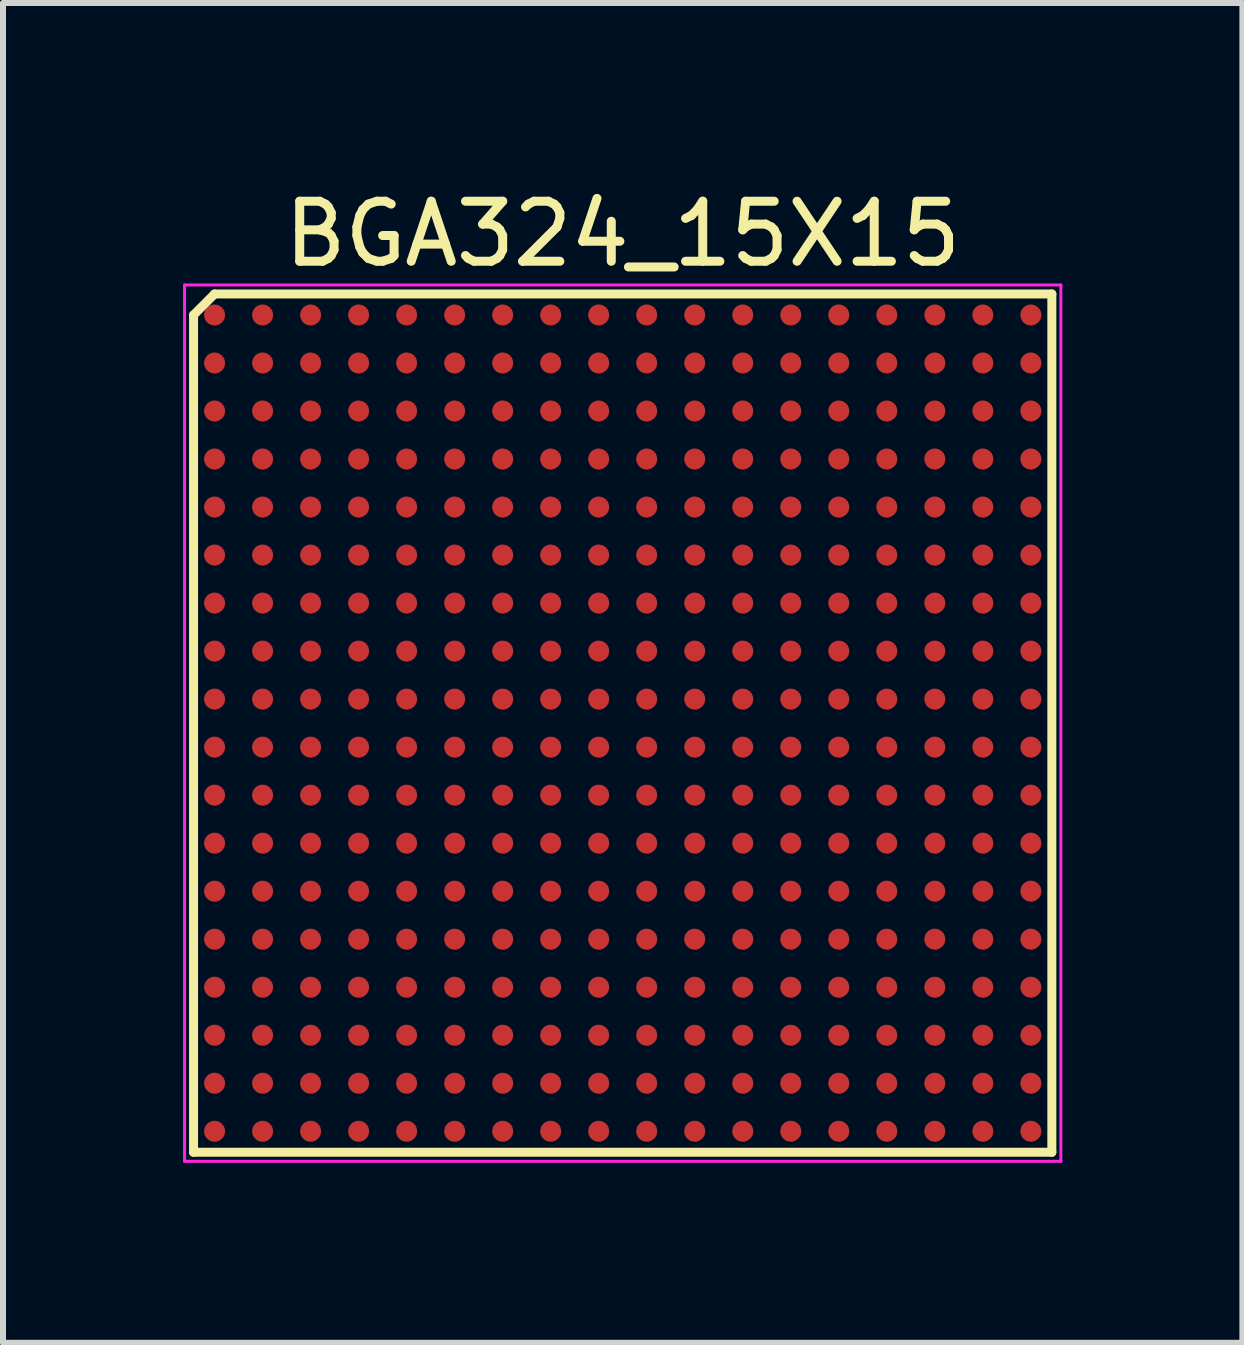
<source format=kicad_pcb>
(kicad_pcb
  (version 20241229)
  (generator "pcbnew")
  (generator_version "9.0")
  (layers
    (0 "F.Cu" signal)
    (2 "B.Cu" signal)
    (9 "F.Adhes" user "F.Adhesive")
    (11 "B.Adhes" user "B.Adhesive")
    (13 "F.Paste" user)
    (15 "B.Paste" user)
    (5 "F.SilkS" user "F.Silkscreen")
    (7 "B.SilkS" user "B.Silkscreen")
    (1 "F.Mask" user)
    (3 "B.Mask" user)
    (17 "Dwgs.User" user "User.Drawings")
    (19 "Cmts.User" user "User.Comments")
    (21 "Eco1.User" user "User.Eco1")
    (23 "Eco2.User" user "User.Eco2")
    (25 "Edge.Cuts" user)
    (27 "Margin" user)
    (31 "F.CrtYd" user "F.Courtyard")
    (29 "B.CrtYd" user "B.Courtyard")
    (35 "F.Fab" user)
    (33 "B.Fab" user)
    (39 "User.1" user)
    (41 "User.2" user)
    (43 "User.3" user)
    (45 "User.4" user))
  (footprint "BGA324_15X15"
    (layer "F.Cu")
    (at 7.325 8.998)
    (property "Reference" "BGA324_15X15" (at 0 -8.15 0) (layer "F.SilkS") (effects (font (size 1 1) (thickness 0.15))))
    (attr smd)
    (fp_line (start -7.15 -6.8) (end -7.15 7.15) (stroke (width 0.15) (type solid)) (layer "F.SilkS"))
    (fp_line (start -7.15 7.15) (end 7.15 7.15) (stroke (width 0.15) (type solid)) (layer "F.SilkS"))
    (fp_line (start -6.8 -7.15) (end -7.15 -6.8) (stroke (width 0.15) (type solid)) (layer "F.SilkS"))
    (fp_line (start 7.15 -7.15) (end -6.8 -7.15) (stroke (width 0.15) (type solid)) (layer "F.SilkS"))
    (fp_line (start 7.15 7.15) (end 7.15 -7.15) (stroke (width 0.15) (type solid)) (layer "F.SilkS"))
    (fp_line (start -7.3 -7.3) (end 7.3 -7.3) (stroke (width 0.05) (type solid)) (layer "F.CrtYd"))
    (fp_line (start -7.3 7.3) (end -7.3 -7.3) (stroke (width 0.05) (type solid)) (layer "F.CrtYd"))
    (fp_line (start 7.3 -7.3) (end 7.3 7.3) (stroke (width 0.05) (type solid)) (layer "F.CrtYd"))
    (fp_line (start 7.3 7.3) (end -7.3 7.3) (stroke (width 0.05) (type solid)) (layer "F.CrtYd"))
    (pad "A1" smd circle (at -6.8 -6.8) (size 0.35 0.35) (layers "F.Cu" "F.Mask" "F.Paste"))
    (pad "A2" smd circle (at -6 -6.8) (size 0.35 0.35) (layers "F.Cu" "F.Mask" "F.Paste"))
    (pad "A3" smd circle (at -5.2 -6.8) (size 0.35 0.35) (layers "F.Cu" "F.Mask" "F.Paste"))
    (pad "A4" smd circle (at -4.4 -6.8) (size 0.35 0.35) (layers "F.Cu" "F.Mask" "F.Paste"))
    (pad "A5" smd circle (at -3.6 -6.8) (size 0.35 0.35) (layers "F.Cu" "F.Mask" "F.Paste"))
    (pad "A6" smd circle (at -2.8 -6.8) (size 0.35 0.35) (layers "F.Cu" "F.Mask" "F.Paste"))
    (pad "A7" smd circle (at -2 -6.8) (size 0.35 0.35) (layers "F.Cu" "F.Mask" "F.Paste"))
    (pad "A8" smd circle (at -1.2 -6.8) (size 0.35 0.35) (layers "F.Cu" "F.Mask" "F.Paste"))
    (pad "A9" smd circle (at -0.4 -6.8) (size 0.35 0.35) (layers "F.Cu" "F.Mask" "F.Paste"))
    (pad "A10" smd circle (at 0.4 -6.8) (size 0.35 0.35) (layers "F.Cu" "F.Mask" "F.Paste"))
    (pad "A11" smd circle (at 1.2 -6.8) (size 0.35 0.35) (layers "F.Cu" "F.Mask" "F.Paste"))
    (pad "A12" smd circle (at 2 -6.8) (size 0.35 0.35) (layers "F.Cu" "F.Mask" "F.Paste"))
    (pad "A13" smd circle (at 2.8 -6.8) (size 0.35 0.35) (layers "F.Cu" "F.Mask" "F.Paste"))
    (pad "A14" smd circle (at 3.6 -6.8) (size 0.35 0.35) (layers "F.Cu" "F.Mask" "F.Paste"))
    (pad "A15" smd circle (at 4.4 -6.8) (size 0.35 0.35) (layers "F.Cu" "F.Mask" "F.Paste"))
    (pad "A16" smd circle (at 5.2 -6.8) (size 0.35 0.35) (layers "F.Cu" "F.Mask" "F.Paste"))
    (pad "A17" smd circle (at 6 -6.8) (size 0.35 0.35) (layers "F.Cu" "F.Mask" "F.Paste"))
    (pad "A18" smd circle (at 6.8 -6.8) (size 0.35 0.35) (layers "F.Cu" "F.Mask" "F.Paste"))
    (pad "B1" smd circle (at -6.8 -6) (size 0.35 0.35) (layers "F.Cu" "F.Mask" "F.Paste"))
    (pad "B2" smd circle (at -6 -6) (size 0.35 0.35) (layers "F.Cu" "F.Mask" "F.Paste"))
    (pad "B3" smd circle (at -5.2 -6) (size 0.35 0.35) (layers "F.Cu" "F.Mask" "F.Paste"))
    (pad "B4" smd circle (at -4.4 -6) (size 0.35 0.35) (layers "F.Cu" "F.Mask" "F.Paste"))
    (pad "B5" smd circle (at -3.6 -6) (size 0.35 0.35) (layers "F.Cu" "F.Mask" "F.Paste"))
    (pad "B6" smd circle (at -2.8 -6) (size 0.35 0.35) (layers "F.Cu" "F.Mask" "F.Paste"))
    (pad "B7" smd circle (at -2 -6) (size 0.35 0.35) (layers "F.Cu" "F.Mask" "F.Paste"))
    (pad "B8" smd circle (at -1.2 -6) (size 0.35 0.35) (layers "F.Cu" "F.Mask" "F.Paste"))
    (pad "B9" smd circle (at -0.4 -6) (size 0.35 0.35) (layers "F.Cu" "F.Mask" "F.Paste"))
    (pad "B10" smd circle (at 0.4 -6) (size 0.35 0.35) (layers "F.Cu" "F.Mask" "F.Paste"))
    (pad "B11" smd circle (at 1.2 -6) (size 0.35 0.35) (layers "F.Cu" "F.Mask" "F.Paste"))
    (pad "B12" smd circle (at 2 -6) (size 0.35 0.35) (layers "F.Cu" "F.Mask" "F.Paste"))
    (pad "B13" smd circle (at 2.8 -6) (size 0.35 0.35) (layers "F.Cu" "F.Mask" "F.Paste"))
    (pad "B14" smd circle (at 3.6 -6) (size 0.35 0.35) (layers "F.Cu" "F.Mask" "F.Paste"))
    (pad "B15" smd circle (at 4.4 -6) (size 0.35 0.35) (layers "F.Cu" "F.Mask" "F.Paste"))
    (pad "B16" smd circle (at 5.2 -6) (size 0.35 0.35) (layers "F.Cu" "F.Mask" "F.Paste"))
    (pad "B17" smd circle (at 6 -6) (size 0.35 0.35) (layers "F.Cu" "F.Mask" "F.Paste"))
    (pad "B18" smd circle (at 6.8 -6) (size 0.35 0.35) (layers "F.Cu" "F.Mask" "F.Paste"))
    (pad "C1" smd circle (at -6.8 -5.2) (size 0.35 0.35) (layers "F.Cu" "F.Mask" "F.Paste"))
    (pad "C2" smd circle (at -6 -5.2) (size 0.35 0.35) (layers "F.Cu" "F.Mask" "F.Paste"))
    (pad "C3" smd circle (at -5.2 -5.2) (size 0.35 0.35) (layers "F.Cu" "F.Mask" "F.Paste"))
    (pad "C4" smd circle (at -4.4 -5.2) (size 0.35 0.35) (layers "F.Cu" "F.Mask" "F.Paste"))
    (pad "C5" smd circle (at -3.6 -5.2) (size 0.35 0.35) (layers "F.Cu" "F.Mask" "F.Paste"))
    (pad "C6" smd circle (at -2.8 -5.2) (size 0.35 0.35) (layers "F.Cu" "F.Mask" "F.Paste"))
    (pad "C7" smd circle (at -2 -5.2) (size 0.35 0.35) (layers "F.Cu" "F.Mask" "F.Paste"))
    (pad "C8" smd circle (at -1.2 -5.2) (size 0.35 0.35) (layers "F.Cu" "F.Mask" "F.Paste"))
    (pad "C9" smd circle (at -0.4 -5.2) (size 0.35 0.35) (layers "F.Cu" "F.Mask" "F.Paste"))
    (pad "C10" smd circle (at 0.4 -5.2) (size 0.35 0.35) (layers "F.Cu" "F.Mask" "F.Paste"))
    (pad "C11" smd circle (at 1.2 -5.2) (size 0.35 0.35) (layers "F.Cu" "F.Mask" "F.Paste"))
    (pad "C12" smd circle (at 2 -5.2) (size 0.35 0.35) (layers "F.Cu" "F.Mask" "F.Paste"))
    (pad "C13" smd circle (at 2.8 -5.2) (size 0.35 0.35) (layers "F.Cu" "F.Mask" "F.Paste"))
    (pad "C14" smd circle (at 3.6 -5.2) (size 0.35 0.35) (layers "F.Cu" "F.Mask" "F.Paste"))
    (pad "C15" smd circle (at 4.4 -5.2) (size 0.35 0.35) (layers "F.Cu" "F.Mask" "F.Paste"))
    (pad "C16" smd circle (at 5.2 -5.2) (size 0.35 0.35) (layers "F.Cu" "F.Mask" "F.Paste"))
    (pad "C17" smd circle (at 6 -5.2) (size 0.35 0.35) (layers "F.Cu" "F.Mask" "F.Paste"))
    (pad "C18" smd circle (at 6.8 -5.2) (size 0.35 0.35) (layers "F.Cu" "F.Mask" "F.Paste"))
    (pad "D1" smd circle (at -6.8 -4.4) (size 0.35 0.35) (layers "F.Cu" "F.Mask" "F.Paste"))
    (pad "D2" smd circle (at -6 -4.4) (size 0.35 0.35) (layers "F.Cu" "F.Mask" "F.Paste"))
    (pad "D3" smd circle (at -5.2 -4.4) (size 0.35 0.35) (layers "F.Cu" "F.Mask" "F.Paste"))
    (pad "D4" smd circle (at -4.4 -4.4) (size 0.35 0.35) (layers "F.Cu" "F.Mask" "F.Paste"))
    (pad "D5" smd circle (at -3.6 -4.4) (size 0.35 0.35) (layers "F.Cu" "F.Mask" "F.Paste"))
    (pad "D6" smd circle (at -2.8 -4.4) (size 0.35 0.35) (layers "F.Cu" "F.Mask" "F.Paste"))
    (pad "D7" smd circle (at -2 -4.4) (size 0.35 0.35) (layers "F.Cu" "F.Mask" "F.Paste"))
    (pad "D8" smd circle (at -1.2 -4.4) (size 0.35 0.35) (layers "F.Cu" "F.Mask" "F.Paste"))
    (pad "D9" smd circle (at -0.4 -4.4) (size 0.35 0.35) (layers "F.Cu" "F.Mask" "F.Paste"))
    (pad "D10" smd circle (at 0.4 -4.4) (size 0.35 0.35) (layers "F.Cu" "F.Mask" "F.Paste"))
    (pad "D11" smd circle (at 1.2 -4.4) (size 0.35 0.35) (layers "F.Cu" "F.Mask" "F.Paste"))
    (pad "D12" smd circle (at 2 -4.4) (size 0.35 0.35) (layers "F.Cu" "F.Mask" "F.Paste"))
    (pad "D13" smd circle (at 2.8 -4.4) (size 0.35 0.35) (layers "F.Cu" "F.Mask" "F.Paste"))
    (pad "D14" smd circle (at 3.6 -4.4) (size 0.35 0.35) (layers "F.Cu" "F.Mask" "F.Paste"))
    (pad "D15" smd circle (at 4.4 -4.4) (size 0.35 0.35) (layers "F.Cu" "F.Mask" "F.Paste"))
    (pad "D16" smd circle (at 5.2 -4.4) (size 0.35 0.35) (layers "F.Cu" "F.Mask" "F.Paste"))
    (pad "D17" smd circle (at 6 -4.4) (size 0.35 0.35) (layers "F.Cu" "F.Mask" "F.Paste"))
    (pad "D18" smd circle (at 6.8 -4.4) (size 0.35 0.35) (layers "F.Cu" "F.Mask" "F.Paste"))
    (pad "E1" smd circle (at -6.8 -3.6) (size 0.35 0.35) (layers "F.Cu" "F.Mask" "F.Paste"))
    (pad "E2" smd circle (at -6 -3.6) (size 0.35 0.35) (layers "F.Cu" "F.Mask" "F.Paste"))
    (pad "E3" smd circle (at -5.2 -3.6) (size 0.35 0.35) (layers "F.Cu" "F.Mask" "F.Paste"))
    (pad "E4" smd circle (at -4.4 -3.6) (size 0.35 0.35) (layers "F.Cu" "F.Mask" "F.Paste"))
    (pad "E5" smd circle (at -3.6 -3.6) (size 0.35 0.35) (layers "F.Cu" "F.Mask" "F.Paste"))
    (pad "E6" smd circle (at -2.8 -3.6) (size 0.35 0.35) (layers "F.Cu" "F.Mask" "F.Paste"))
    (pad "E7" smd circle (at -2 -3.6) (size 0.35 0.35) (layers "F.Cu" "F.Mask" "F.Paste"))
    (pad "E8" smd circle (at -1.2 -3.6) (size 0.35 0.35) (layers "F.Cu" "F.Mask" "F.Paste"))
    (pad "E9" smd circle (at -0.4 -3.6) (size 0.35 0.35) (layers "F.Cu" "F.Mask" "F.Paste"))
    (pad "E10" smd circle (at 0.4 -3.6) (size 0.35 0.35) (layers "F.Cu" "F.Mask" "F.Paste"))
    (pad "E11" smd circle (at 1.2 -3.6) (size 0.35 0.35) (layers "F.Cu" "F.Mask" "F.Paste"))
    (pad "E12" smd circle (at 2 -3.6) (size 0.35 0.35) (layers "F.Cu" "F.Mask" "F.Paste"))
    (pad "E13" smd circle (at 2.8 -3.6) (size 0.35 0.35) (layers "F.Cu" "F.Mask" "F.Paste"))
    (pad "E14" smd circle (at 3.6 -3.6) (size 0.35 0.35) (layers "F.Cu" "F.Mask" "F.Paste"))
    (pad "E15" smd circle (at 4.4 -3.6) (size 0.35 0.35) (layers "F.Cu" "F.Mask" "F.Paste"))
    (pad "E16" smd circle (at 5.2 -3.6) (size 0.35 0.35) (layers "F.Cu" "F.Mask" "F.Paste"))
    (pad "E17" smd circle (at 6 -3.6) (size 0.35 0.35) (layers "F.Cu" "F.Mask" "F.Paste"))
    (pad "E18" smd circle (at 6.8 -3.6) (size 0.35 0.35) (layers "F.Cu" "F.Mask" "F.Paste"))
    (pad "F1" smd circle (at -6.8 -2.8) (size 0.35 0.35) (layers "F.Cu" "F.Mask" "F.Paste"))
    (pad "F2" smd circle (at -6 -2.8) (size 0.35 0.35) (layers "F.Cu" "F.Mask" "F.Paste"))
    (pad "F3" smd circle (at -5.2 -2.8) (size 0.35 0.35) (layers "F.Cu" "F.Mask" "F.Paste"))
    (pad "F4" smd circle (at -4.4 -2.8) (size 0.35 0.35) (layers "F.Cu" "F.Mask" "F.Paste"))
    (pad "F5" smd circle (at -3.6 -2.8) (size 0.35 0.35) (layers "F.Cu" "F.Mask" "F.Paste"))
    (pad "F6" smd circle (at -2.8 -2.8) (size 0.35 0.35) (layers "F.Cu" "F.Mask" "F.Paste"))
    (pad "F7" smd circle (at -2 -2.8) (size 0.35 0.35) (layers "F.Cu" "F.Mask" "F.Paste"))
    (pad "F8" smd circle (at -1.2 -2.8) (size 0.35 0.35) (layers "F.Cu" "F.Mask" "F.Paste"))
    (pad "F9" smd circle (at -0.4 -2.8) (size 0.35 0.35) (layers "F.Cu" "F.Mask" "F.Paste"))
    (pad "F10" smd circle (at 0.4 -2.8) (size 0.35 0.35) (layers "F.Cu" "F.Mask" "F.Paste"))
    (pad "F11" smd circle (at 1.2 -2.8) (size 0.35 0.35) (layers "F.Cu" "F.Mask" "F.Paste"))
    (pad "F12" smd circle (at 2 -2.8) (size 0.35 0.35) (layers "F.Cu" "F.Mask" "F.Paste"))
    (pad "F13" smd circle (at 2.8 -2.8) (size 0.35 0.35) (layers "F.Cu" "F.Mask" "F.Paste"))
    (pad "F14" smd circle (at 3.6 -2.8) (size 0.35 0.35) (layers "F.Cu" "F.Mask" "F.Paste"))
    (pad "F15" smd circle (at 4.4 -2.8) (size 0.35 0.35) (layers "F.Cu" "F.Mask" "F.Paste"))
    (pad "F16" smd circle (at 5.2 -2.8) (size 0.35 0.35) (layers "F.Cu" "F.Mask" "F.Paste"))
    (pad "F17" smd circle (at 6 -2.8) (size 0.35 0.35) (layers "F.Cu" "F.Mask" "F.Paste"))
    (pad "F18" smd circle (at 6.8 -2.8) (size 0.35 0.35) (layers "F.Cu" "F.Mask" "F.Paste"))
    (pad "G1" smd circle (at -6.8 -2) (size 0.35 0.35) (layers "F.Cu" "F.Mask" "F.Paste"))
    (pad "G2" smd circle (at -6 -2) (size 0.35 0.35) (layers "F.Cu" "F.Mask" "F.Paste"))
    (pad "G3" smd circle (at -5.2 -2) (size 0.35 0.35) (layers "F.Cu" "F.Mask" "F.Paste"))
    (pad "G4" smd circle (at -4.4 -2) (size 0.35 0.35) (layers "F.Cu" "F.Mask" "F.Paste"))
    (pad "G5" smd circle (at -3.6 -2) (size 0.35 0.35) (layers "F.Cu" "F.Mask" "F.Paste"))
    (pad "G6" smd circle (at -2.8 -2) (size 0.35 0.35) (layers "F.Cu" "F.Mask" "F.Paste"))
    (pad "G7" smd circle (at -2 -2) (size 0.35 0.35) (layers "F.Cu" "F.Mask" "F.Paste"))
    (pad "G8" smd circle (at -1.2 -2) (size 0.35 0.35) (layers "F.Cu" "F.Mask" "F.Paste"))
    (pad "G9" smd circle (at -0.4 -2) (size 0.35 0.35) (layers "F.Cu" "F.Mask" "F.Paste"))
    (pad "G10" smd circle (at 0.4 -2) (size 0.35 0.35) (layers "F.Cu" "F.Mask" "F.Paste"))
    (pad "G11" smd circle (at 1.2 -2) (size 0.35 0.35) (layers "F.Cu" "F.Mask" "F.Paste"))
    (pad "G12" smd circle (at 2 -2) (size 0.35 0.35) (layers "F.Cu" "F.Mask" "F.Paste"))
    (pad "G13" smd circle (at 2.8 -2) (size 0.35 0.35) (layers "F.Cu" "F.Mask" "F.Paste"))
    (pad "G14" smd circle (at 3.6 -2) (size 0.35 0.35) (layers "F.Cu" "F.Mask" "F.Paste"))
    (pad "G15" smd circle (at 4.4 -2) (size 0.35 0.35) (layers "F.Cu" "F.Mask" "F.Paste"))
    (pad "G16" smd circle (at 5.2 -2) (size 0.35 0.35) (layers "F.Cu" "F.Mask" "F.Paste"))
    (pad "G17" smd circle (at 6 -2) (size 0.35 0.35) (layers "F.Cu" "F.Mask" "F.Paste"))
    (pad "G18" smd circle (at 6.8 -2) (size 0.35 0.35) (layers "F.Cu" "F.Mask" "F.Paste"))
    (pad "H1" smd circle (at -6.8 -1.2) (size 0.35 0.35) (layers "F.Cu" "F.Mask" "F.Paste"))
    (pad "H2" smd circle (at -6 -1.2) (size 0.35 0.35) (layers "F.Cu" "F.Mask" "F.Paste"))
    (pad "H3" smd circle (at -5.2 -1.2) (size 0.35 0.35) (layers "F.Cu" "F.Mask" "F.Paste"))
    (pad "H4" smd circle (at -4.4 -1.2) (size 0.35 0.35) (layers "F.Cu" "F.Mask" "F.Paste"))
    (pad "H5" smd circle (at -3.6 -1.2) (size 0.35 0.35) (layers "F.Cu" "F.Mask" "F.Paste"))
    (pad "H6" smd circle (at -2.8 -1.2) (size 0.35 0.35) (layers "F.Cu" "F.Mask" "F.Paste"))
    (pad "H7" smd circle (at -2 -1.2) (size 0.35 0.35) (layers "F.Cu" "F.Mask" "F.Paste"))
    (pad "H8" smd circle (at -1.2 -1.2) (size 0.35 0.35) (layers "F.Cu" "F.Mask" "F.Paste"))
    (pad "H9" smd circle (at -0.4 -1.2) (size 0.35 0.35) (layers "F.Cu" "F.Mask" "F.Paste"))
    (pad "H10" smd circle (at 0.4 -1.2) (size 0.35 0.35) (layers "F.Cu" "F.Mask" "F.Paste"))
    (pad "H11" smd circle (at 1.2 -1.2) (size 0.35 0.35) (layers "F.Cu" "F.Mask" "F.Paste"))
    (pad "H12" smd circle (at 2 -1.2) (size 0.35 0.35) (layers "F.Cu" "F.Mask" "F.Paste"))
    (pad "H13" smd circle (at 2.8 -1.2) (size 0.35 0.35) (layers "F.Cu" "F.Mask" "F.Paste"))
    (pad "H14" smd circle (at 3.6 -1.2) (size 0.35 0.35) (layers "F.Cu" "F.Mask" "F.Paste"))
    (pad "H15" smd circle (at 4.4 -1.2) (size 0.35 0.35) (layers "F.Cu" "F.Mask" "F.Paste"))
    (pad "H16" smd circle (at 5.2 -1.2) (size 0.35 0.35) (layers "F.Cu" "F.Mask" "F.Paste"))
    (pad "H17" smd circle (at 6 -1.2) (size 0.35 0.35) (layers "F.Cu" "F.Mask" "F.Paste"))
    (pad "H18" smd circle (at 6.8 -1.2) (size 0.35 0.35) (layers "F.Cu" "F.Mask" "F.Paste"))
    (pad "J1" smd circle (at -6.8 -0.4) (size 0.35 0.35) (layers "F.Cu" "F.Mask" "F.Paste"))
    (pad "J2" smd circle (at -6 -0.4) (size 0.35 0.35) (layers "F.Cu" "F.Mask" "F.Paste"))
    (pad "J3" smd circle (at -5.2 -0.4) (size 0.35 0.35) (layers "F.Cu" "F.Mask" "F.Paste"))
    (pad "J4" smd circle (at -4.4 -0.4) (size 0.35 0.35) (layers "F.Cu" "F.Mask" "F.Paste"))
    (pad "J5" smd circle (at -3.6 -0.4) (size 0.35 0.35) (layers "F.Cu" "F.Mask" "F.Paste"))
    (pad "J6" smd circle (at -2.8 -0.4) (size 0.35 0.35) (layers "F.Cu" "F.Mask" "F.Paste"))
    (pad "J7" smd circle (at -2 -0.4) (size 0.35 0.35) (layers "F.Cu" "F.Mask" "F.Paste"))
    (pad "J8" smd circle (at -1.2 -0.4) (size 0.35 0.35) (layers "F.Cu" "F.Mask" "F.Paste"))
    (pad "J9" smd circle (at -0.4 -0.4) (size 0.35 0.35) (layers "F.Cu" "F.Mask" "F.Paste"))
    (pad "J10" smd circle (at 0.4 -0.4) (size 0.35 0.35) (layers "F.Cu" "F.Mask" "F.Paste"))
    (pad "J11" smd circle (at 1.2 -0.4) (size 0.35 0.35) (layers "F.Cu" "F.Mask" "F.Paste"))
    (pad "J12" smd circle (at 2 -0.4) (size 0.35 0.35) (layers "F.Cu" "F.Mask" "F.Paste"))
    (pad "J13" smd circle (at 2.8 -0.4) (size 0.35 0.35) (layers "F.Cu" "F.Mask" "F.Paste"))
    (pad "J14" smd circle (at 3.6 -0.4) (size 0.35 0.35) (layers "F.Cu" "F.Mask" "F.Paste"))
    (pad "J15" smd circle (at 4.4 -0.4) (size 0.35 0.35) (layers "F.Cu" "F.Mask" "F.Paste"))
    (pad "J16" smd circle (at 5.2 -0.4) (size 0.35 0.35) (layers "F.Cu" "F.Mask" "F.Paste"))
    (pad "J17" smd circle (at 6 -0.4) (size 0.35 0.35) (layers "F.Cu" "F.Mask" "F.Paste"))
    (pad "J18" smd circle (at 6.8 -0.4) (size 0.35 0.35) (layers "F.Cu" "F.Mask" "F.Paste"))
    (pad "K1" smd circle (at -6.8 0.4) (size 0.35 0.35) (layers "F.Cu" "F.Mask" "F.Paste"))
    (pad "K2" smd circle (at -6 0.4) (size 0.35 0.35) (layers "F.Cu" "F.Mask" "F.Paste"))
    (pad "K3" smd circle (at -5.2 0.4) (size 0.35 0.35) (layers "F.Cu" "F.Mask" "F.Paste"))
    (pad "K4" smd circle (at -4.4 0.4) (size 0.35 0.35) (layers "F.Cu" "F.Mask" "F.Paste"))
    (pad "K5" smd circle (at -3.6 0.4) (size 0.35 0.35) (layers "F.Cu" "F.Mask" "F.Paste"))
    (pad "K6" smd circle (at -2.8 0.4) (size 0.35 0.35) (layers "F.Cu" "F.Mask" "F.Paste"))
    (pad "K7" smd circle (at -2 0.4) (size 0.35 0.35) (layers "F.Cu" "F.Mask" "F.Paste"))
    (pad "K8" smd circle (at -1.2 0.4) (size 0.35 0.35) (layers "F.Cu" "F.Mask" "F.Paste"))
    (pad "K9" smd circle (at -0.4 0.4) (size 0.35 0.35) (layers "F.Cu" "F.Mask" "F.Paste"))
    (pad "K10" smd circle (at 0.4 0.4) (size 0.35 0.35) (layers "F.Cu" "F.Mask" "F.Paste"))
    (pad "K11" smd circle (at 1.2 0.4) (size 0.35 0.35) (layers "F.Cu" "F.Mask" "F.Paste"))
    (pad "K12" smd circle (at 2 0.4) (size 0.35 0.35) (layers "F.Cu" "F.Mask" "F.Paste"))
    (pad "K13" smd circle (at 2.8 0.4) (size 0.35 0.35) (layers "F.Cu" "F.Mask" "F.Paste"))
    (pad "K14" smd circle (at 3.6 0.4) (size 0.35 0.35) (layers "F.Cu" "F.Mask" "F.Paste"))
    (pad "K15" smd circle (at 4.4 0.4) (size 0.35 0.35) (layers "F.Cu" "F.Mask" "F.Paste"))
    (pad "K16" smd circle (at 5.2 0.4) (size 0.35 0.35) (layers "F.Cu" "F.Mask" "F.Paste"))
    (pad "K17" smd circle (at 6 0.4) (size 0.35 0.35) (layers "F.Cu" "F.Mask" "F.Paste"))
    (pad "K18" smd circle (at 6.8 0.4) (size 0.35 0.35) (layers "F.Cu" "F.Mask" "F.Paste"))
    (pad "L1" smd circle (at -6.8 1.2) (size 0.35 0.35) (layers "F.Cu" "F.Mask" "F.Paste"))
    (pad "L2" smd circle (at -6 1.2) (size 0.35 0.35) (layers "F.Cu" "F.Mask" "F.Paste"))
    (pad "L3" smd circle (at -5.2 1.2) (size 0.35 0.35) (layers "F.Cu" "F.Mask" "F.Paste"))
    (pad "L4" smd circle (at -4.4 1.2) (size 0.35 0.35) (layers "F.Cu" "F.Mask" "F.Paste"))
    (pad "L5" smd circle (at -3.6 1.2) (size 0.35 0.35) (layers "F.Cu" "F.Mask" "F.Paste"))
    (pad "L6" smd circle (at -2.8 1.2) (size 0.35 0.35) (layers "F.Cu" "F.Mask" "F.Paste"))
    (pad "L7" smd circle (at -2 1.2) (size 0.35 0.35) (layers "F.Cu" "F.Mask" "F.Paste"))
    (pad "L8" smd circle (at -1.2 1.2) (size 0.35 0.35) (layers "F.Cu" "F.Mask" "F.Paste"))
    (pad "L9" smd circle (at -0.4 1.2) (size 0.35 0.35) (layers "F.Cu" "F.Mask" "F.Paste"))
    (pad "L10" smd circle (at 0.4 1.2) (size 0.35 0.35) (layers "F.Cu" "F.Mask" "F.Paste"))
    (pad "L11" smd circle (at 1.2 1.2) (size 0.35 0.35) (layers "F.Cu" "F.Mask" "F.Paste"))
    (pad "L12" smd circle (at 2 1.2) (size 0.35 0.35) (layers "F.Cu" "F.Mask" "F.Paste"))
    (pad "L13" smd circle (at 2.8 1.2) (size 0.35 0.35) (layers "F.Cu" "F.Mask" "F.Paste"))
    (pad "L14" smd circle (at 3.6 1.2) (size 0.35 0.35) (layers "F.Cu" "F.Mask" "F.Paste"))
    (pad "L15" smd circle (at 4.4 1.2) (size 0.35 0.35) (layers "F.Cu" "F.Mask" "F.Paste"))
    (pad "L16" smd circle (at 5.2 1.2) (size 0.35 0.35) (layers "F.Cu" "F.Mask" "F.Paste"))
    (pad "L17" smd circle (at 6 1.2) (size 0.35 0.35) (layers "F.Cu" "F.Mask" "F.Paste"))
    (pad "L18" smd circle (at 6.8 1.2) (size 0.35 0.35) (layers "F.Cu" "F.Mask" "F.Paste"))
    (pad "M1" smd circle (at -6.8 2) (size 0.35 0.35) (layers "F.Cu" "F.Mask" "F.Paste"))
    (pad "M2" smd circle (at -6 2) (size 0.35 0.35) (layers "F.Cu" "F.Mask" "F.Paste"))
    (pad "M3" smd circle (at -5.2 2) (size 0.35 0.35) (layers "F.Cu" "F.Mask" "F.Paste"))
    (pad "M4" smd circle (at -4.4 2) (size 0.35 0.35) (layers "F.Cu" "F.Mask" "F.Paste"))
    (pad "M5" smd circle (at -3.6 2) (size 0.35 0.35) (layers "F.Cu" "F.Mask" "F.Paste"))
    (pad "M6" smd circle (at -2.8 2) (size 0.35 0.35) (layers "F.Cu" "F.Mask" "F.Paste"))
    (pad "M7" smd circle (at -2 2) (size 0.35 0.35) (layers "F.Cu" "F.Mask" "F.Paste"))
    (pad "M8" smd circle (at -1.2 2) (size 0.35 0.35) (layers "F.Cu" "F.Mask" "F.Paste"))
    (pad "M9" smd circle (at -0.4 2) (size 0.35 0.35) (layers "F.Cu" "F.Mask" "F.Paste"))
    (pad "M10" smd circle (at 0.4 2) (size 0.35 0.35) (layers "F.Cu" "F.Mask" "F.Paste"))
    (pad "M11" smd circle (at 1.2 2) (size 0.35 0.35) (layers "F.Cu" "F.Mask" "F.Paste"))
    (pad "M12" smd circle (at 2 2) (size 0.35 0.35) (layers "F.Cu" "F.Mask" "F.Paste"))
    (pad "M13" smd circle (at 2.8 2) (size 0.35 0.35) (layers "F.Cu" "F.Mask" "F.Paste"))
    (pad "M14" smd circle (at 3.6 2) (size 0.35 0.35) (layers "F.Cu" "F.Mask" "F.Paste"))
    (pad "M15" smd circle (at 4.4 2) (size 0.35 0.35) (layers "F.Cu" "F.Mask" "F.Paste"))
    (pad "M16" smd circle (at 5.2 2) (size 0.35 0.35) (layers "F.Cu" "F.Mask" "F.Paste"))
    (pad "M17" smd circle (at 6 2) (size 0.35 0.35) (layers "F.Cu" "F.Mask" "F.Paste"))
    (pad "M18" smd circle (at 6.8 2) (size 0.35 0.35) (layers "F.Cu" "F.Mask" "F.Paste"))
    (pad "N1" smd circle (at -6.8 2.8) (size 0.35 0.35) (layers "F.Cu" "F.Mask" "F.Paste"))
    (pad "N2" smd circle (at -6 2.8) (size 0.35 0.35) (layers "F.Cu" "F.Mask" "F.Paste"))
    (pad "N3" smd circle (at -5.2 2.8) (size 0.35 0.35) (layers "F.Cu" "F.Mask" "F.Paste"))
    (pad "N4" smd circle (at -4.4 2.8) (size 0.35 0.35) (layers "F.Cu" "F.Mask" "F.Paste"))
    (pad "N5" smd circle (at -3.6 2.8) (size 0.35 0.35) (layers "F.Cu" "F.Mask" "F.Paste"))
    (pad "N6" smd circle (at -2.8 2.8) (size 0.35 0.35) (layers "F.Cu" "F.Mask" "F.Paste"))
    (pad "N7" smd circle (at -2 2.8) (size 0.35 0.35) (layers "F.Cu" "F.Mask" "F.Paste"))
    (pad "N8" smd circle (at -1.2 2.8) (size 0.35 0.35) (layers "F.Cu" "F.Mask" "F.Paste"))
    (pad "N9" smd circle (at -0.4 2.8) (size 0.35 0.35) (layers "F.Cu" "F.Mask" "F.Paste"))
    (pad "N10" smd circle (at 0.4 2.8) (size 0.35 0.35) (layers "F.Cu" "F.Mask" "F.Paste"))
    (pad "N11" smd circle (at 1.2 2.8) (size 0.35 0.35) (layers "F.Cu" "F.Mask" "F.Paste"))
    (pad "N12" smd circle (at 2 2.8) (size 0.35 0.35) (layers "F.Cu" "F.Mask" "F.Paste"))
    (pad "N13" smd circle (at 2.8 2.8) (size 0.35 0.35) (layers "F.Cu" "F.Mask" "F.Paste"))
    (pad "N14" smd circle (at 3.6 2.8) (size 0.35 0.35) (layers "F.Cu" "F.Mask" "F.Paste"))
    (pad "N15" smd circle (at 4.4 2.8) (size 0.35 0.35) (layers "F.Cu" "F.Mask" "F.Paste"))
    (pad "N16" smd circle (at 5.2 2.8) (size 0.35 0.35) (layers "F.Cu" "F.Mask" "F.Paste"))
    (pad "N17" smd circle (at 6 2.8) (size 0.35 0.35) (layers "F.Cu" "F.Mask" "F.Paste"))
    (pad "N18" smd circle (at 6.8 2.8) (size 0.35 0.35) (layers "F.Cu" "F.Mask" "F.Paste"))
    (pad "P1" smd circle (at -6.8 3.6) (size 0.35 0.35) (layers "F.Cu" "F.Mask" "F.Paste"))
    (pad "P2" smd circle (at -6 3.6) (size 0.35 0.35) (layers "F.Cu" "F.Mask" "F.Paste"))
    (pad "P3" smd circle (at -5.2 3.6) (size 0.35 0.35) (layers "F.Cu" "F.Mask" "F.Paste"))
    (pad "P4" smd circle (at -4.4 3.6) (size 0.35 0.35) (layers "F.Cu" "F.Mask" "F.Paste"))
    (pad "P5" smd circle (at -3.6 3.6) (size 0.35 0.35) (layers "F.Cu" "F.Mask" "F.Paste"))
    (pad "P6" smd circle (at -2.8 3.6) (size 0.35 0.35) (layers "F.Cu" "F.Mask" "F.Paste"))
    (pad "P7" smd circle (at -2 3.6) (size 0.35 0.35) (layers "F.Cu" "F.Mask" "F.Paste"))
    (pad "P8" smd circle (at -1.2 3.6) (size 0.35 0.35) (layers "F.Cu" "F.Mask" "F.Paste"))
    (pad "P9" smd circle (at -0.4 3.6) (size 0.35 0.35) (layers "F.Cu" "F.Mask" "F.Paste"))
    (pad "P10" smd circle (at 0.4 3.6) (size 0.35 0.35) (layers "F.Cu" "F.Mask" "F.Paste"))
    (pad "P11" smd circle (at 1.2 3.6) (size 0.35 0.35) (layers "F.Cu" "F.Mask" "F.Paste"))
    (pad "P12" smd circle (at 2 3.6) (size 0.35 0.35) (layers "F.Cu" "F.Mask" "F.Paste"))
    (pad "P13" smd circle (at 2.8 3.6) (size 0.35 0.35) (layers "F.Cu" "F.Mask" "F.Paste"))
    (pad "P14" smd circle (at 3.6 3.6) (size 0.35 0.35) (layers "F.Cu" "F.Mask" "F.Paste"))
    (pad "P15" smd circle (at 4.4 3.6) (size 0.35 0.35) (layers "F.Cu" "F.Mask" "F.Paste"))
    (pad "P16" smd circle (at 5.2 3.6) (size 0.35 0.35) (layers "F.Cu" "F.Mask" "F.Paste"))
    (pad "P17" smd circle (at 6 3.6) (size 0.35 0.35) (layers "F.Cu" "F.Mask" "F.Paste"))
    (pad "P18" smd circle (at 6.8 3.6) (size 0.35 0.35) (layers "F.Cu" "F.Mask" "F.Paste"))
    (pad "R1" smd circle (at -6.8 4.4) (size 0.35 0.35) (layers "F.Cu" "F.Mask" "F.Paste"))
    (pad "R2" smd circle (at -6 4.4) (size 0.35 0.35) (layers "F.Cu" "F.Mask" "F.Paste"))
    (pad "R3" smd circle (at -5.2 4.4) (size 0.35 0.35) (layers "F.Cu" "F.Mask" "F.Paste"))
    (pad "R4" smd circle (at -4.4 4.4) (size 0.35 0.35) (layers "F.Cu" "F.Mask" "F.Paste"))
    (pad "R5" smd circle (at -3.6 4.4) (size 0.35 0.35) (layers "F.Cu" "F.Mask" "F.Paste"))
    (pad "R6" smd circle (at -2.8 4.4) (size 0.35 0.35) (layers "F.Cu" "F.Mask" "F.Paste"))
    (pad "R7" smd circle (at -2 4.4) (size 0.35 0.35) (layers "F.Cu" "F.Mask" "F.Paste"))
    (pad "R8" smd circle (at -1.2 4.4) (size 0.35 0.35) (layers "F.Cu" "F.Mask" "F.Paste"))
    (pad "R9" smd circle (at -0.4 4.4) (size 0.35 0.35) (layers "F.Cu" "F.Mask" "F.Paste"))
    (pad "R10" smd circle (at 0.4 4.4) (size 0.35 0.35) (layers "F.Cu" "F.Mask" "F.Paste"))
    (pad "R11" smd circle (at 1.2 4.4) (size 0.35 0.35) (layers "F.Cu" "F.Mask" "F.Paste"))
    (pad "R12" smd circle (at 2 4.4) (size 0.35 0.35) (layers "F.Cu" "F.Mask" "F.Paste"))
    (pad "R13" smd circle (at 2.8 4.4) (size 0.35 0.35) (layers "F.Cu" "F.Mask" "F.Paste"))
    (pad "R14" smd circle (at 3.6 4.4) (size 0.35 0.35) (layers "F.Cu" "F.Mask" "F.Paste"))
    (pad "R15" smd circle (at 4.4 4.4) (size 0.35 0.35) (layers "F.Cu" "F.Mask" "F.Paste"))
    (pad "R16" smd circle (at 5.2 4.4) (size 0.35 0.35) (layers "F.Cu" "F.Mask" "F.Paste"))
    (pad "R17" smd circle (at 6 4.4) (size 0.35 0.35) (layers "F.Cu" "F.Mask" "F.Paste"))
    (pad "R18" smd circle (at 6.8 4.4) (size 0.35 0.35) (layers "F.Cu" "F.Mask" "F.Paste"))
    (pad "T1" smd circle (at -6.8 5.2) (size 0.35 0.35) (layers "F.Cu" "F.Mask" "F.Paste"))
    (pad "T2" smd circle (at -6 5.2) (size 0.35 0.35) (layers "F.Cu" "F.Mask" "F.Paste"))
    (pad "T3" smd circle (at -5.2 5.2) (size 0.35 0.35) (layers "F.Cu" "F.Mask" "F.Paste"))
    (pad "T4" smd circle (at -4.4 5.2) (size 0.35 0.35) (layers "F.Cu" "F.Mask" "F.Paste"))
    (pad "T5" smd circle (at -3.6 5.2) (size 0.35 0.35) (layers "F.Cu" "F.Mask" "F.Paste"))
    (pad "T6" smd circle (at -2.8 5.2) (size 0.35 0.35) (layers "F.Cu" "F.Mask" "F.Paste"))
    (pad "T7" smd circle (at -2 5.2) (size 0.35 0.35) (layers "F.Cu" "F.Mask" "F.Paste"))
    (pad "T8" smd circle (at -1.2 5.2) (size 0.35 0.35) (layers "F.Cu" "F.Mask" "F.Paste"))
    (pad "T9" smd circle (at -0.4 5.2) (size 0.35 0.35) (layers "F.Cu" "F.Mask" "F.Paste"))
    (pad "T10" smd circle (at 0.4 5.2) (size 0.35 0.35) (layers "F.Cu" "F.Mask" "F.Paste"))
    (pad "T11" smd circle (at 1.2 5.2) (size 0.35 0.35) (layers "F.Cu" "F.Mask" "F.Paste"))
    (pad "T12" smd circle (at 2 5.2) (size 0.35 0.35) (layers "F.Cu" "F.Mask" "F.Paste"))
    (pad "T13" smd circle (at 2.8 5.2) (size 0.35 0.35) (layers "F.Cu" "F.Mask" "F.Paste"))
    (pad "T14" smd circle (at 3.6 5.2) (size 0.35 0.35) (layers "F.Cu" "F.Mask" "F.Paste"))
    (pad "T15" smd circle (at 4.4 5.2) (size 0.35 0.35) (layers "F.Cu" "F.Mask" "F.Paste"))
    (pad "T16" smd circle (at 5.2 5.2) (size 0.35 0.35) (layers "F.Cu" "F.Mask" "F.Paste"))
    (pad "T17" smd circle (at 6 5.2) (size 0.35 0.35) (layers "F.Cu" "F.Mask" "F.Paste"))
    (pad "T18" smd circle (at 6.8 5.2) (size 0.35 0.35) (layers "F.Cu" "F.Mask" "F.Paste"))
    (pad "U1" smd circle (at -6.8 6) (size 0.35 0.35) (layers "F.Cu" "F.Mask" "F.Paste"))
    (pad "U2" smd circle (at -6 6) (size 0.35 0.35) (layers "F.Cu" "F.Mask" "F.Paste"))
    (pad "U3" smd circle (at -5.2 6) (size 0.35 0.35) (layers "F.Cu" "F.Mask" "F.Paste"))
    (pad "U4" smd circle (at -4.4 6) (size 0.35 0.35) (layers "F.Cu" "F.Mask" "F.Paste"))
    (pad "U5" smd circle (at -3.6 6) (size 0.35 0.35) (layers "F.Cu" "F.Mask" "F.Paste"))
    (pad "U6" smd circle (at -2.8 6) (size 0.35 0.35) (layers "F.Cu" "F.Mask" "F.Paste"))
    (pad "U7" smd circle (at -2 6) (size 0.35 0.35) (layers "F.Cu" "F.Mask" "F.Paste"))
    (pad "U8" smd circle (at -1.2 6) (size 0.35 0.35) (layers "F.Cu" "F.Mask" "F.Paste"))
    (pad "U9" smd circle (at -0.4 6) (size 0.35 0.35) (layers "F.Cu" "F.Mask" "F.Paste"))
    (pad "U10" smd circle (at 0.4 6) (size 0.35 0.35) (layers "F.Cu" "F.Mask" "F.Paste"))
    (pad "U11" smd circle (at 1.2 6) (size 0.35 0.35) (layers "F.Cu" "F.Mask" "F.Paste"))
    (pad "U12" smd circle (at 2 6) (size 0.35 0.35) (layers "F.Cu" "F.Mask" "F.Paste"))
    (pad "U13" smd circle (at 2.8 6) (size 0.35 0.35) (layers "F.Cu" "F.Mask" "F.Paste"))
    (pad "U14" smd circle (at 3.6 6) (size 0.35 0.35) (layers "F.Cu" "F.Mask" "F.Paste"))
    (pad "U15" smd circle (at 4.4 6) (size 0.35 0.35) (layers "F.Cu" "F.Mask" "F.Paste"))
    (pad "U16" smd circle (at 5.2 6) (size 0.35 0.35) (layers "F.Cu" "F.Mask" "F.Paste"))
    (pad "U17" smd circle (at 6 6) (size 0.35 0.35) (layers "F.Cu" "F.Mask" "F.Paste"))
    (pad "U18" smd circle (at 6.8 6) (size 0.35 0.35) (layers "F.Cu" "F.Mask" "F.Paste"))
    (pad "V1" smd circle (at -6.8 6.8) (size 0.35 0.35) (layers "F.Cu" "F.Mask" "F.Paste"))
    (pad "V2" smd circle (at -6 6.8) (size 0.35 0.35) (layers "F.Cu" "F.Mask" "F.Paste"))
    (pad "V3" smd circle (at -5.2 6.8) (size 0.35 0.35) (layers "F.Cu" "F.Mask" "F.Paste"))
    (pad "V4" smd circle (at -4.4 6.8) (size 0.35 0.35) (layers "F.Cu" "F.Mask" "F.Paste"))
    (pad "V5" smd circle (at -3.6 6.8) (size 0.35 0.35) (layers "F.Cu" "F.Mask" "F.Paste"))
    (pad "V6" smd circle (at -2.8 6.8) (size 0.35 0.35) (layers "F.Cu" "F.Mask" "F.Paste"))
    (pad "V7" smd circle (at -2 6.8) (size 0.35 0.35) (layers "F.Cu" "F.Mask" "F.Paste"))
    (pad "V8" smd circle (at -1.2 6.8) (size 0.35 0.35) (layers "F.Cu" "F.Mask" "F.Paste"))
    (pad "V9" smd circle (at -0.4 6.8) (size 0.35 0.35) (layers "F.Cu" "F.Mask" "F.Paste"))
    (pad "V10" smd circle (at 0.4 6.8) (size 0.35 0.35) (layers "F.Cu" "F.Mask" "F.Paste"))
    (pad "V11" smd circle (at 1.2 6.8) (size 0.35 0.35) (layers "F.Cu" "F.Mask" "F.Paste"))
    (pad "V12" smd circle (at 2 6.8) (size 0.35 0.35) (layers "F.Cu" "F.Mask" "F.Paste"))
    (pad "V13" smd circle (at 2.8 6.8) (size 0.35 0.35) (layers "F.Cu" "F.Mask" "F.Paste"))
    (pad "V14" smd circle (at 3.6 6.8) (size 0.35 0.35) (layers "F.Cu" "F.Mask" "F.Paste"))
    (pad "V15" smd circle (at 4.4 6.8) (size 0.35 0.35) (layers "F.Cu" "F.Mask" "F.Paste"))
    (pad "V16" smd circle (at 5.2 6.8) (size 0.35 0.35) (layers "F.Cu" "F.Mask" "F.Paste"))
    (pad "V17" smd circle (at 6 6.8) (size 0.35 0.35) (layers "F.Cu" "F.Mask" "F.Paste"))
    (pad "V18" smd circle (at 6.8 6.8) (size 0.35 0.35) (layers "F.Cu" "F.Mask" "F.Paste")))
  (gr_rect
    (start -3 -3)
    (end 17.65 19.323)
    (stroke (width 0.1) (type default))
    (fill no)
    (layer "Edge.Cuts")))
</source>
